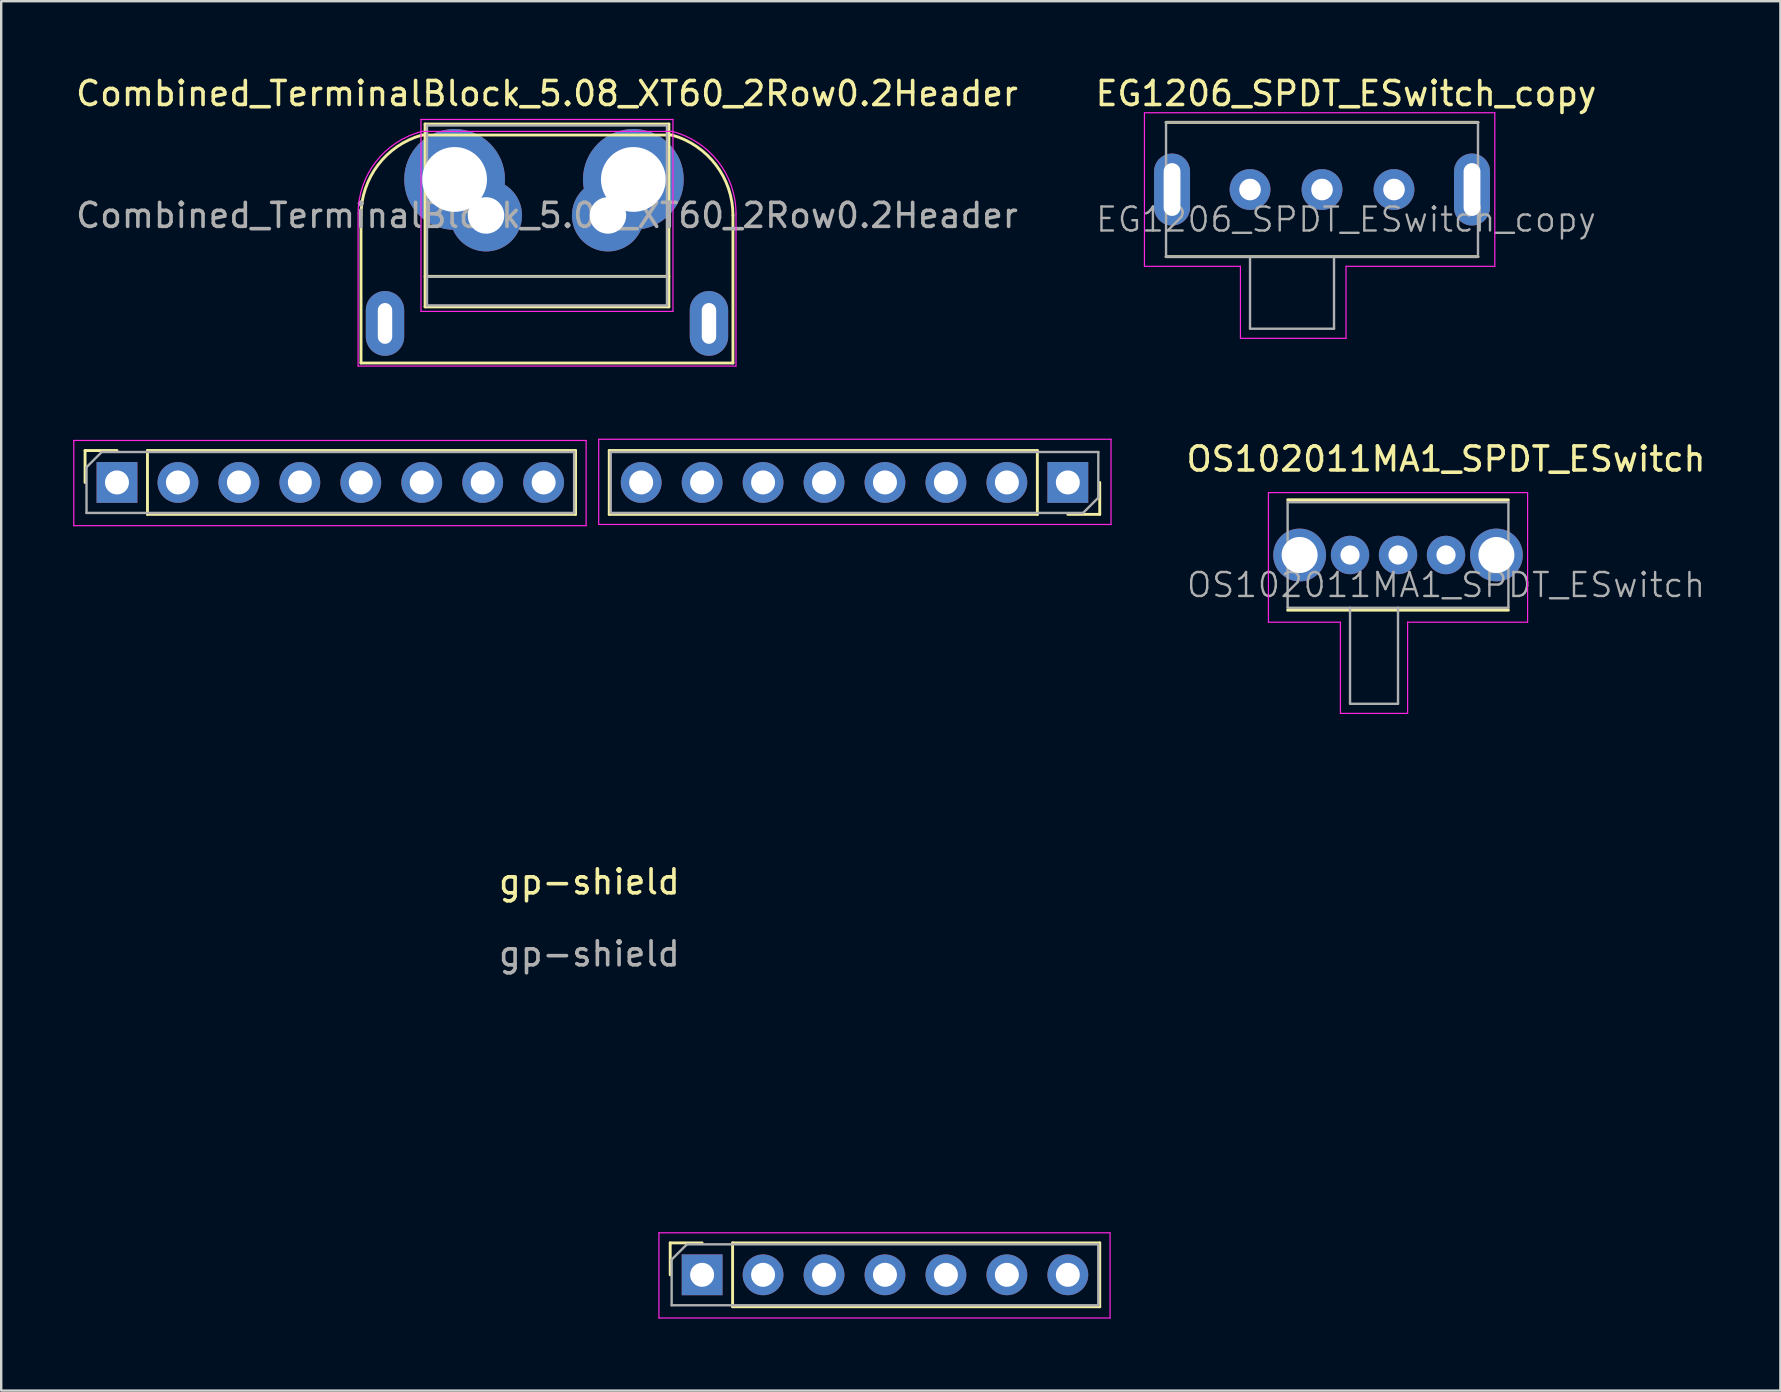
<source format=kicad_pcb>
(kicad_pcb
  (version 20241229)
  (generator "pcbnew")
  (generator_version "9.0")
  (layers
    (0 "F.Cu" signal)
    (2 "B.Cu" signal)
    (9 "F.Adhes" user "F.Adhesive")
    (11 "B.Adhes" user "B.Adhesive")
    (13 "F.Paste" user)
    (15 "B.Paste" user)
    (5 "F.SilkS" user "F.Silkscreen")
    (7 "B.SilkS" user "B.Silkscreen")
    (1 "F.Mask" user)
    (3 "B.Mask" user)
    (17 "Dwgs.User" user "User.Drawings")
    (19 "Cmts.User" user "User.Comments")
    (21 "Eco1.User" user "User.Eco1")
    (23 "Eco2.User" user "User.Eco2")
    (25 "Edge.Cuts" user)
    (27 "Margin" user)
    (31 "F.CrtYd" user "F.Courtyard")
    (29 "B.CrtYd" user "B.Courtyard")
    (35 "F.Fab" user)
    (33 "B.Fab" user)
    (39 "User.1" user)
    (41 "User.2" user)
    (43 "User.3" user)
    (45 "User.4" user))
  (footprint "gp-shield"
    (layer "F.Cu")
    (at 21.51 34.2)
    (property "Reference" "gp-shield" (at 0 -0.5 0) (unlocked yes) (layer "F.SilkS") (effects (font (size 1 1) (thickness 0.15))))
    (attr through_hole)
    (fp_line (start -21.015 -18.475) (end -19.685 -18.475) (stroke (width 0.12) (type solid)) (layer "F.SilkS"))
    (fp_line (start -21.015 -17.145) (end -21.015 -18.475) (stroke (width 0.12) (type solid)) (layer "F.SilkS"))
    (fp_line (start -18.415 -18.475) (end -0.575 -18.475) (stroke (width 0.12) (type solid)) (layer "F.SilkS"))
    (fp_line (start -18.415 -15.815) (end -18.415 -18.475) (stroke (width 0.12) (type solid)) (layer "F.SilkS"))
    (fp_line (start -18.415 -15.815) (end -0.575 -15.815) (stroke (width 0.12) (type solid)) (layer "F.SilkS"))
    (fp_line (start -0.575 -15.815) (end -0.575 -18.475) (stroke (width 0.12) (type solid)) (layer "F.SilkS"))
    (fp_line (start 0.829 -18.475) (end 0.829 -15.815) (stroke (width 0.12) (type solid)) (layer "F.SilkS"))
    (fp_line (start 3.369 14.545) (end 4.699 14.545) (stroke (width 0.12) (type solid)) (layer "F.SilkS"))
    (fp_line (start 3.369 15.875) (end 3.369 14.545) (stroke (width 0.12) (type solid)) (layer "F.SilkS"))
    (fp_line (start 5.969 14.545) (end 21.269 14.545) (stroke (width 0.12) (type solid)) (layer "F.SilkS"))
    (fp_line (start 5.969 17.205) (end 5.969 14.545) (stroke (width 0.12) (type solid)) (layer "F.SilkS"))
    (fp_line (start 5.969 17.205) (end 21.269 17.205) (stroke (width 0.12) (type solid)) (layer "F.SilkS"))
    (fp_line (start 18.669 -18.475) (end 0.829 -18.475) (stroke (width 0.12) (type solid)) (layer "F.SilkS"))
    (fp_line (start 18.669 -18.475) (end 18.669 -15.815) (stroke (width 0.12) (type solid)) (layer "F.SilkS"))
    (fp_line (start 18.669 -15.815) (end 0.829 -15.815) (stroke (width 0.12) (type solid)) (layer "F.SilkS"))
    (fp_line (start 21.269 -17.145) (end 21.269 -15.815) (stroke (width 0.12) (type solid)) (layer "F.SilkS"))
    (fp_line (start 21.269 -15.815) (end 19.939 -15.815) (stroke (width 0.12) (type solid)) (layer "F.SilkS"))
    (fp_line (start 21.269 17.205) (end 21.269 14.545) (stroke (width 0.12) (type solid)) (layer "F.SilkS"))
    (fp_line (start -21.485 -18.895) (end -0.135 -18.895) (stroke (width 0.05) (type solid)) (layer "F.CrtYd"))
    (fp_line (start -21.485 -15.345) (end -21.485 -18.895) (stroke (width 0.05) (type solid)) (layer "F.CrtYd"))
    (fp_line (start -0.135 -18.895) (end -0.135 -15.345) (stroke (width 0.05) (type solid)) (layer "F.CrtYd"))
    (fp_line (start -0.135 -15.345) (end -21.485 -15.345) (stroke (width 0.05) (type solid)) (layer "F.CrtYd"))
    (fp_line (start 0.389 -18.945) (end 21.739 -18.945) (stroke (width 0.05) (type solid)) (layer "F.CrtYd"))
    (fp_line (start 0.389 -15.395) (end 0.389 -18.945) (stroke (width 0.05) (type solid)) (layer "F.CrtYd"))
    (fp_line (start 2.899 14.125) (end 21.699 14.125) (stroke (width 0.05) (type solid)) (layer "F.CrtYd"))
    (fp_line (start 2.899 17.675) (end 2.899 14.125) (stroke (width 0.05) (type solid)) (layer "F.CrtYd"))
    (fp_line (start 21.699 14.125) (end 21.699 17.675) (stroke (width 0.05) (type solid)) (layer "F.CrtYd"))
    (fp_line (start 21.699 17.675) (end 2.899 17.675) (stroke (width 0.05) (type solid)) (layer "F.CrtYd"))
    (fp_line (start 21.739 -18.945) (end 21.739 -15.395) (stroke (width 0.05) (type solid)) (layer "F.CrtYd"))
    (fp_line (start 21.739 -15.395) (end 0.389 -15.395) (stroke (width 0.05) (type solid)) (layer "F.CrtYd"))
    (fp_line (start -20.955 -17.78) (end -20.32 -18.415) (stroke (width 0.1) (type solid)) (layer "F.Fab"))
    (fp_line (start -20.955 -15.875) (end -20.955 -17.78) (stroke (width 0.1) (type solid)) (layer "F.Fab"))
    (fp_line (start -20.32 -18.415) (end -0.635 -18.415) (stroke (width 0.1) (type solid)) (layer "F.Fab"))
    (fp_line (start -0.635 -18.415) (end -0.635 -15.875) (stroke (width 0.1) (type solid)) (layer "F.Fab"))
    (fp_line (start -0.635 -15.875) (end -20.955 -15.875) (stroke (width 0.1) (type solid)) (layer "F.Fab"))
    (fp_line (start 0.889 -18.415) (end 21.209 -18.415) (stroke (width 0.1) (type solid)) (layer "F.Fab"))
    (fp_line (start 0.889 -15.875) (end 0.889 -18.415) (stroke (width 0.1) (type solid)) (layer "F.Fab"))
    (fp_line (start 3.429 15.24) (end 4.064 14.605) (stroke (width 0.1) (type solid)) (layer "F.Fab"))
    (fp_line (start 3.429 17.145) (end 3.429 15.24) (stroke (width 0.1) (type solid)) (layer "F.Fab"))
    (fp_line (start 4.064 14.605) (end 21.209 14.605) (stroke (width 0.1) (type solid)) (layer "F.Fab"))
    (fp_line (start 20.574 -15.875) (end 0.889 -15.875) (stroke (width 0.1) (type solid)) (layer "F.Fab"))
    (fp_line (start 21.209 -18.415) (end 21.209 -16.51) (stroke (width 0.1) (type solid)) (layer "F.Fab"))
    (fp_line (start 21.209 -16.51) (end 20.574 -15.875) (stroke (width 0.1) (type solid)) (layer "F.Fab"))
    (fp_line (start 21.209 14.605) (end 21.209 17.145) (stroke (width 0.1) (type solid)) (layer "F.Fab"))
    (fp_line (start 21.209 17.145) (end 3.429 17.145) (stroke (width 0.1) (type solid)) (layer "F.Fab"))
    (fp_text user "${REFERENCE}" (at 0 2.5 0) (unlocked yes) (layer "F.Fab") (effects (font (size 1 1) (thickness 0.15))))
    (pad "1" thru_hole rect (at 4.699 15.875 90) (size 1.7 1.7) (drill 1) (layers "*.Cu" "*.Mask"))
    (pad "2" thru_hole oval (at 7.239 15.875 90) (size 1.7 1.7) (drill 1) (layers "*.Cu" "*.Mask"))
    (pad "3" thru_hole oval (at 9.779 15.875 90) (size 1.7 1.7) (drill 1) (layers "*.Cu" "*.Mask"))
    (pad "4" thru_hole oval (at 12.319 15.875 90) (size 1.7 1.7) (drill 1) (layers "*.Cu" "*.Mask"))
    (pad "5" thru_hole oval (at 14.859 15.875 90) (size 1.7 1.7) (drill 1) (layers "*.Cu" "*.Mask"))
    (pad "6" thru_hole oval (at 17.399 15.875 90) (size 1.7 1.7) (drill 1) (layers "*.Cu" "*.Mask"))
    (pad "7" thru_hole oval (at 19.939 15.875 90) (size 1.7 1.7) (drill 1) (layers "*.Cu" "*.Mask"))
    (pad "8" thru_hole rect (at 19.939 -17.145 270) (size 1.7 1.7) (drill 1) (layers "*.Cu" "*.Mask"))
    (pad "9" thru_hole oval (at 17.399 -17.145 270) (size 1.7 1.7) (drill 1) (layers "*.Cu" "*.Mask"))
    (pad "10" thru_hole oval (at 14.859 -17.145 270) (size 1.7 1.7) (drill 1) (layers "*.Cu" "*.Mask"))
    (pad "11" thru_hole oval (at 12.319 -17.145 270) (size 1.7 1.7) (drill 1) (layers "*.Cu" "*.Mask"))
    (pad "12" thru_hole oval (at 9.779 -17.145 270) (size 1.7 1.7) (drill 1) (layers "*.Cu" "*.Mask"))
    (pad "13" thru_hole oval (at 7.239 -17.145 270) (size 1.7 1.7) (drill 1) (layers "*.Cu" "*.Mask"))
    (pad "14" thru_hole oval (at 4.699 -17.145 270) (size 1.7 1.7) (drill 1) (layers "*.Cu" "*.Mask"))
    (pad "15" thru_hole oval (at 2.159 -17.145 270) (size 1.7 1.7) (drill 1) (layers "*.Cu" "*.Mask"))
    (pad "16" thru_hole oval (at -1.905 -17.145 90) (size 1.7 1.7) (drill 1) (layers "*.Cu" "*.Mask"))
    (pad "17" thru_hole oval (at -4.445 -17.145 90) (size 1.7 1.7) (drill 1) (layers "*.Cu" "*.Mask"))
    (pad "18" thru_hole oval (at -6.985 -17.145 90) (size 1.7 1.7) (drill 1) (layers "*.Cu" "*.Mask"))
    (pad "19" thru_hole oval (at -9.525 -17.145 90) (size 1.7 1.7) (drill 1) (layers "*.Cu" "*.Mask"))
    (pad "20" thru_hole oval (at -12.065 -17.145 90) (size 1.7 1.7) (drill 1) (layers "*.Cu" "*.Mask"))
    (pad "21" thru_hole oval (at -14.605 -17.145 90) (size 1.7 1.7) (drill 1) (layers "*.Cu" "*.Mask"))
    (pad "22" thru_hole oval (at -17.145 -17.145 90) (size 1.7 1.7) (drill 1) (layers "*.Cu" "*.Mask"))
    (pad "23" thru_hole rect (at -19.685 -17.145 90) (size 1.7 1.7) (drill 1) (layers "*.Cu" "*.Mask")))
  (footprint "OS102011MA1_SPDT_ESwitch"
    (layer "F.Cu")
    (at 53.209 20.078)
    (property "Reference" "OS102011MA1_SPDT_ESwitch" (at 4 -4 0) (layer "F.SilkS") (effects (font (size 1 1) (thickness 0.15))))
    (attr through_hole)
    (fp_line (start 6.6 -2.3) (end -2.6 -2.3) (stroke (width 0.12) (type solid)) (layer "F.SilkS"))
    (fp_line (start 6.6 2.3) (end -2.6 2.3) (stroke (width 0.12) (type solid)) (layer "F.SilkS"))
    (fp_line (start -3.4 -2.6) (end 7.4 -2.6) (stroke (width 0.05) (type solid)) (layer "F.CrtYd"))
    (fp_line (start -3.4 2.8) (end -3.4 -2.6) (stroke (width 0.05) (type solid)) (layer "F.CrtYd"))
    (fp_line (start -0.4 2.8) (end -3.4 2.8) (stroke (width 0.05) (type solid)) (layer "F.CrtYd"))
    (fp_line (start -0.4 6.6) (end -0.4 2.8) (stroke (width 0.05) (type solid)) (layer "F.CrtYd"))
    (fp_line (start 2.4 2.8) (end 2.4 6.6) (stroke (width 0.05) (type solid)) (layer "F.CrtYd"))
    (fp_line (start 2.4 6.6) (end -0.4 6.6) (stroke (width 0.05) (type solid)) (layer "F.CrtYd"))
    (fp_line (start 7.4 -2.6) (end 7.4 2.8) (stroke (width 0.05) (type solid)) (layer "F.CrtYd"))
    (fp_line (start 7.4 2.8) (end 2.4 2.8) (stroke (width 0.05) (type solid)) (layer "F.CrtYd"))
    (fp_line (start -2.6 -2.2) (end 6.6 -2.2) (stroke (width 0.1) (type solid)) (layer "F.Fab"))
    (fp_line (start -2.6 2.2) (end -2.6 -2.2) (stroke (width 0.1) (type solid)) (layer "F.Fab"))
    (fp_line (start 0 2.2) (end 0 6.2) (stroke (width 0.1) (type solid)) (layer "F.Fab"))
    (fp_line (start 2 6.2) (end 0 6.2) (stroke (width 0.1) (type solid)) (layer "F.Fab"))
    (fp_line (start 2 6.2) (end 2 2.2) (stroke (width 0.1) (type solid)) (layer "F.Fab"))
    (fp_line (start 6.6 -2.2) (end 6.6 2.2) (stroke (width 0.1) (type solid)) (layer "F.Fab"))
    (fp_line (start 6.6 2.2) (end -2.6 2.2) (stroke (width 0.1) (type solid)) (layer "F.Fab"))
    (fp_text user "${REFERENCE}" (at 4 1.25 0) (layer "F.Fab") (effects (font (size 1 1) (thickness 0.1))))
    (pad "" thru_hole circle (at -2.1 0) (size 2.2 2.2) (drill 1.5) (layers "*.Cu" "*.Mask"))
    (pad "" thru_hole circle (at 6.1 0) (size 2.2 2.2) (drill 1.5) (layers "*.Cu" "*.Mask"))
    (pad "1" thru_hole circle (at 0 0) (size 1.6 1.6) (drill 0.8) (layers "*.Cu" "*.Mask"))
    (pad "2" thru_hole circle (at 2 0) (size 1.6 1.6) (drill 0.8) (layers "*.Cu" "*.Mask"))
    (pad "3" thru_hole circle (at 4 0) (size 1.6 1.6) (drill 0.8) (layers "*.Cu" "*.Mask")))
  (footprint "Combined_TerminalBlock_5.08_XT60_2Row0.2Header"
    (layer "F.Cu")
    (at 17.204 5.928)
    (property "Reference" "Combined_TerminalBlock_5.08_XT60_2Row0.2Header" (at 2.54 -5.08 0) (layer "F.SilkS") (effects (font (size 1 1) (thickness 0.15))))
    (attr through_hole)
    (fp_line (start -5.21 0) (end -5.21 6.15) (stroke (width 0.12) (type solid)) (layer "F.SilkS"))
    (fp_line (start -2.54 -3.81) (end -2.54 3.81) (stroke (width 0.12) (type solid)) (layer "F.SilkS"))
    (fp_line (start -2.54 3.81) (end 7.62 3.81) (stroke (width 0.12) (type solid)) (layer "F.SilkS"))
    (fp_line (start 7.62 -3.81) (end -2.54 -3.81) (stroke (width 0.12) (type solid)) (layer "F.SilkS"))
    (fp_line (start 7.62 2.54) (end -2.54 2.54) (stroke (width 0.12) (type solid)) (layer "F.SilkS"))
    (fp_line (start 7.62 3.81) (end 7.62 -3.81) (stroke (width 0.12) (type solid)) (layer "F.SilkS"))
    (fp_line (start 7.75 -3.35) (end -2.67 -3.35) (stroke (width 0.12) (type solid)) (layer "F.SilkS"))
    (fp_line (start 10.29 0) (end 10.29 6.15) (stroke (width 0.12) (type solid)) (layer "F.SilkS"))
    (fp_line (start 10.29 6.15) (end -5.21 6.15) (stroke (width 0.12) (type solid)) (layer "F.SilkS"))
    (fp_arc (start -5.21 0) (mid -4.503207 -2.102029) (end -2.67 -3.35) (stroke (width 0.12) (type solid)) (layer "F.SilkS"))
    (fp_arc (start 7.75 -3.35) (mid 9.583209 -2.10203) (end 10.29 0) (stroke (width 0.12) (type solid)) (layer "F.SilkS"))
    (fp_line (start -5.331 -0.073) (end -5.331 6.277) (stroke (width 0.05) (type solid)) (layer "F.CrtYd"))
    (fp_line (start -2.71 -4) (end -2.71 4) (stroke (width 0.05) (type solid)) (layer "F.CrtYd"))
    (fp_line (start -2.71 -4) (end 7.79 -4) (stroke (width 0.05) (type solid)) (layer "F.CrtYd"))
    (fp_line (start -2.664 -3.502) (end 7.75 -3.502) (stroke (width 0.05) (type solid)) (layer "F.CrtYd"))
    (fp_line (start 7.79 4) (end -2.71 4) (stroke (width 0.05) (type solid)) (layer "F.CrtYd"))
    (fp_line (start 7.79 4) (end 7.79 -4) (stroke (width 0.05) (type solid)) (layer "F.CrtYd"))
    (fp_line (start 10.417 6.277) (end -5.331 6.277) (stroke (width 0.05) (type solid)) (layer "F.CrtYd"))
    (fp_line (start 10.417 6.277) (end 10.417 -0.073) (stroke (width 0.05) (type solid)) (layer "F.CrtYd"))
    (fp_arc (start -5.331 -0.073) (mid -4.585428 -2.244777) (end -2.664 -3.502) (stroke (width 0.05) (type solid)) (layer "F.CrtYd"))
    (fp_arc (start 7.75 -3.502) (mid 9.671428 -2.244777) (end 10.417 -0.073) (stroke (width 0.05) (type solid)) (layer "F.CrtYd"))
    (fp_line (start -2.46 -3.75) (end -2.46 3.75) (stroke (width 0.1) (type solid)) (layer "F.Fab"))
    (fp_line (start -2.46 3.75) (end 7.54 3.75) (stroke (width 0.1) (type solid)) (layer "F.Fab"))
    (fp_line (start -2.41 2.55) (end 7.49 2.55) (stroke (width 0.1) (type solid)) (layer "F.Fab"))
    (fp_line (start 7.54 -3.75) (end -2.46 -3.75) (stroke (width 0.1) (type solid)) (layer "F.Fab"))
    (fp_line (start 7.54 3.75) (end 7.54 -3.75) (stroke (width 0.1) (type solid)) (layer "F.Fab"))
    (fp_text user "${REFERENCE}" (at 2.54 0 0) (layer "F.Fab") (effects (font (size 1 1) (thickness 0.15))))
    (pad "1" thru_hole circle (at -1.31 -1.5 90) (size 4.2 4.2) (drill 2.7) (layers "*.Cu" "*.Mask"))
    (pad "1" thru_hole circle (at 0 0) (size 3 3) (drill 1.52) (layers "*.Cu" "*.Mask"))
    (pad "2" thru_hole circle (at 5.08 0) (size 3 3) (drill 1.52) (layers "*.Cu" "*.Mask"))
    (pad "2" thru_hole circle (at 6.14 -1.5) (size 4.2 4.2) (drill 2.7) (layers "*.Cu" "*.Mask"))
    (pad "3" thru_hole oval (at -4.21 4.5 90) (size 2.7 1.6) (drill oval 1.7 0.6) (layers "*.Cu" "*.Mask"))
    (pad "3" thru_hole oval (at 9.29 4.5 90) (size 2.7 1.6) (drill oval 1.7 0.6) (layers "*.Cu" "*.Mask")))
  (footprint "EG1206_SPDT_ESwitch_copy"
    (layer "F.Cu")
    (at 49.042 4.848)
    (property "Reference" "EG1206_SPDT_ESwitch_copy" (at 4 -4 0) (layer "F.SilkS") (effects (font (size 1 1) (thickness 0.15))))
    (attr through_hole)
    (fp_line (start -3.5 -2.8) (end 9.5 -2.8) (stroke (width 0.12) (type solid)) (layer "F.SilkS"))
    (fp_line (start 9.5 2.8) (end -3.5 2.8) (stroke (width 0.12) (type solid)) (layer "F.SilkS"))
    (fp_line (start -4.4 -3.2) (end 10.2 -3.2) (stroke (width 0.05) (type solid)) (layer "F.CrtYd"))
    (fp_line (start -4.4 3.2) (end -4.4 -3.2) (stroke (width 0.05) (type solid)) (layer "F.CrtYd"))
    (fp_line (start -0.4 3.2) (end -4.4 3.2) (stroke (width 0.05) (type solid)) (layer "F.CrtYd"))
    (fp_line (start -0.4 6.2) (end -0.4 3.2) (stroke (width 0.05) (type solid)) (layer "F.CrtYd"))
    (fp_line (start 4 3.2) (end 4 6.2) (stroke (width 0.05) (type solid)) (layer "F.CrtYd"))
    (fp_line (start 4 6.2) (end -0.4 6.2) (stroke (width 0.05) (type solid)) (layer "F.CrtYd"))
    (fp_line (start 10.2 -3.2) (end 10.2 3.2) (stroke (width 0.05) (type solid)) (layer "F.CrtYd"))
    (fp_line (start 10.2 3.2) (end 4 3.2) (stroke (width 0.05) (type solid)) (layer "F.CrtYd"))
    (fp_line (start -3.5 -2.8) (end 9.5 -2.8) (stroke (width 0.1) (type solid)) (layer "F.Fab"))
    (fp_line (start -3.5 2.8) (end -3.5 -2.8) (stroke (width 0.1) (type solid)) (layer "F.Fab"))
    (fp_line (start 0 2.8) (end 0 5.8) (stroke (width 0.1) (type solid)) (layer "F.Fab"))
    (fp_line (start 3.5 5.8) (end 0 5.8) (stroke (width 0.1) (type solid)) (layer "F.Fab"))
    (fp_line (start 3.5 5.8) (end 3.5 2.8) (stroke (width 0.1) (type solid)) (layer "F.Fab"))
    (fp_line (start 9.5 -2.8) (end 9.5 2.8) (stroke (width 0.1) (type solid)) (layer "F.Fab"))
    (fp_line (start 9.5 2.8) (end -3.5 2.8) (stroke (width 0.1) (type solid)) (layer "F.Fab"))
    (fp_text user "${REFERENCE}" (at 4 1.25 0) (layer "F.Fab") (effects (font (size 1 1) (thickness 0.1))))
    (pad "" thru_hole oval (at -3.25 0) (size 1.5 3) (drill oval 0.7 2.2) (layers "*.Cu" "*.Mask"))
    (pad "" thru_hole oval (at 9.25 0) (size 1.5 3) (drill oval 0.7 2.2) (layers "*.Cu" "*.Mask"))
    (pad "1" thru_hole circle (at 0 0) (size 1.7 1.7) (drill 0.9) (layers "*.Cu" "*.Mask"))
    (pad "2" thru_hole circle (at 3 0) (size 1.7 1.7) (drill 0.9) (layers "*.Cu" "*.Mask"))
    (pad "3" thru_hole circle (at 6 0) (size 1.7 1.7) (drill 0.9) (layers "*.Cu" "*.Mask")))
  (gr_rect
    (start -3 -3)
    (end 71.143 54.9)
    (stroke (width 0.1) (type default))
    (fill no)
    (layer "Edge.Cuts")))
</source>
